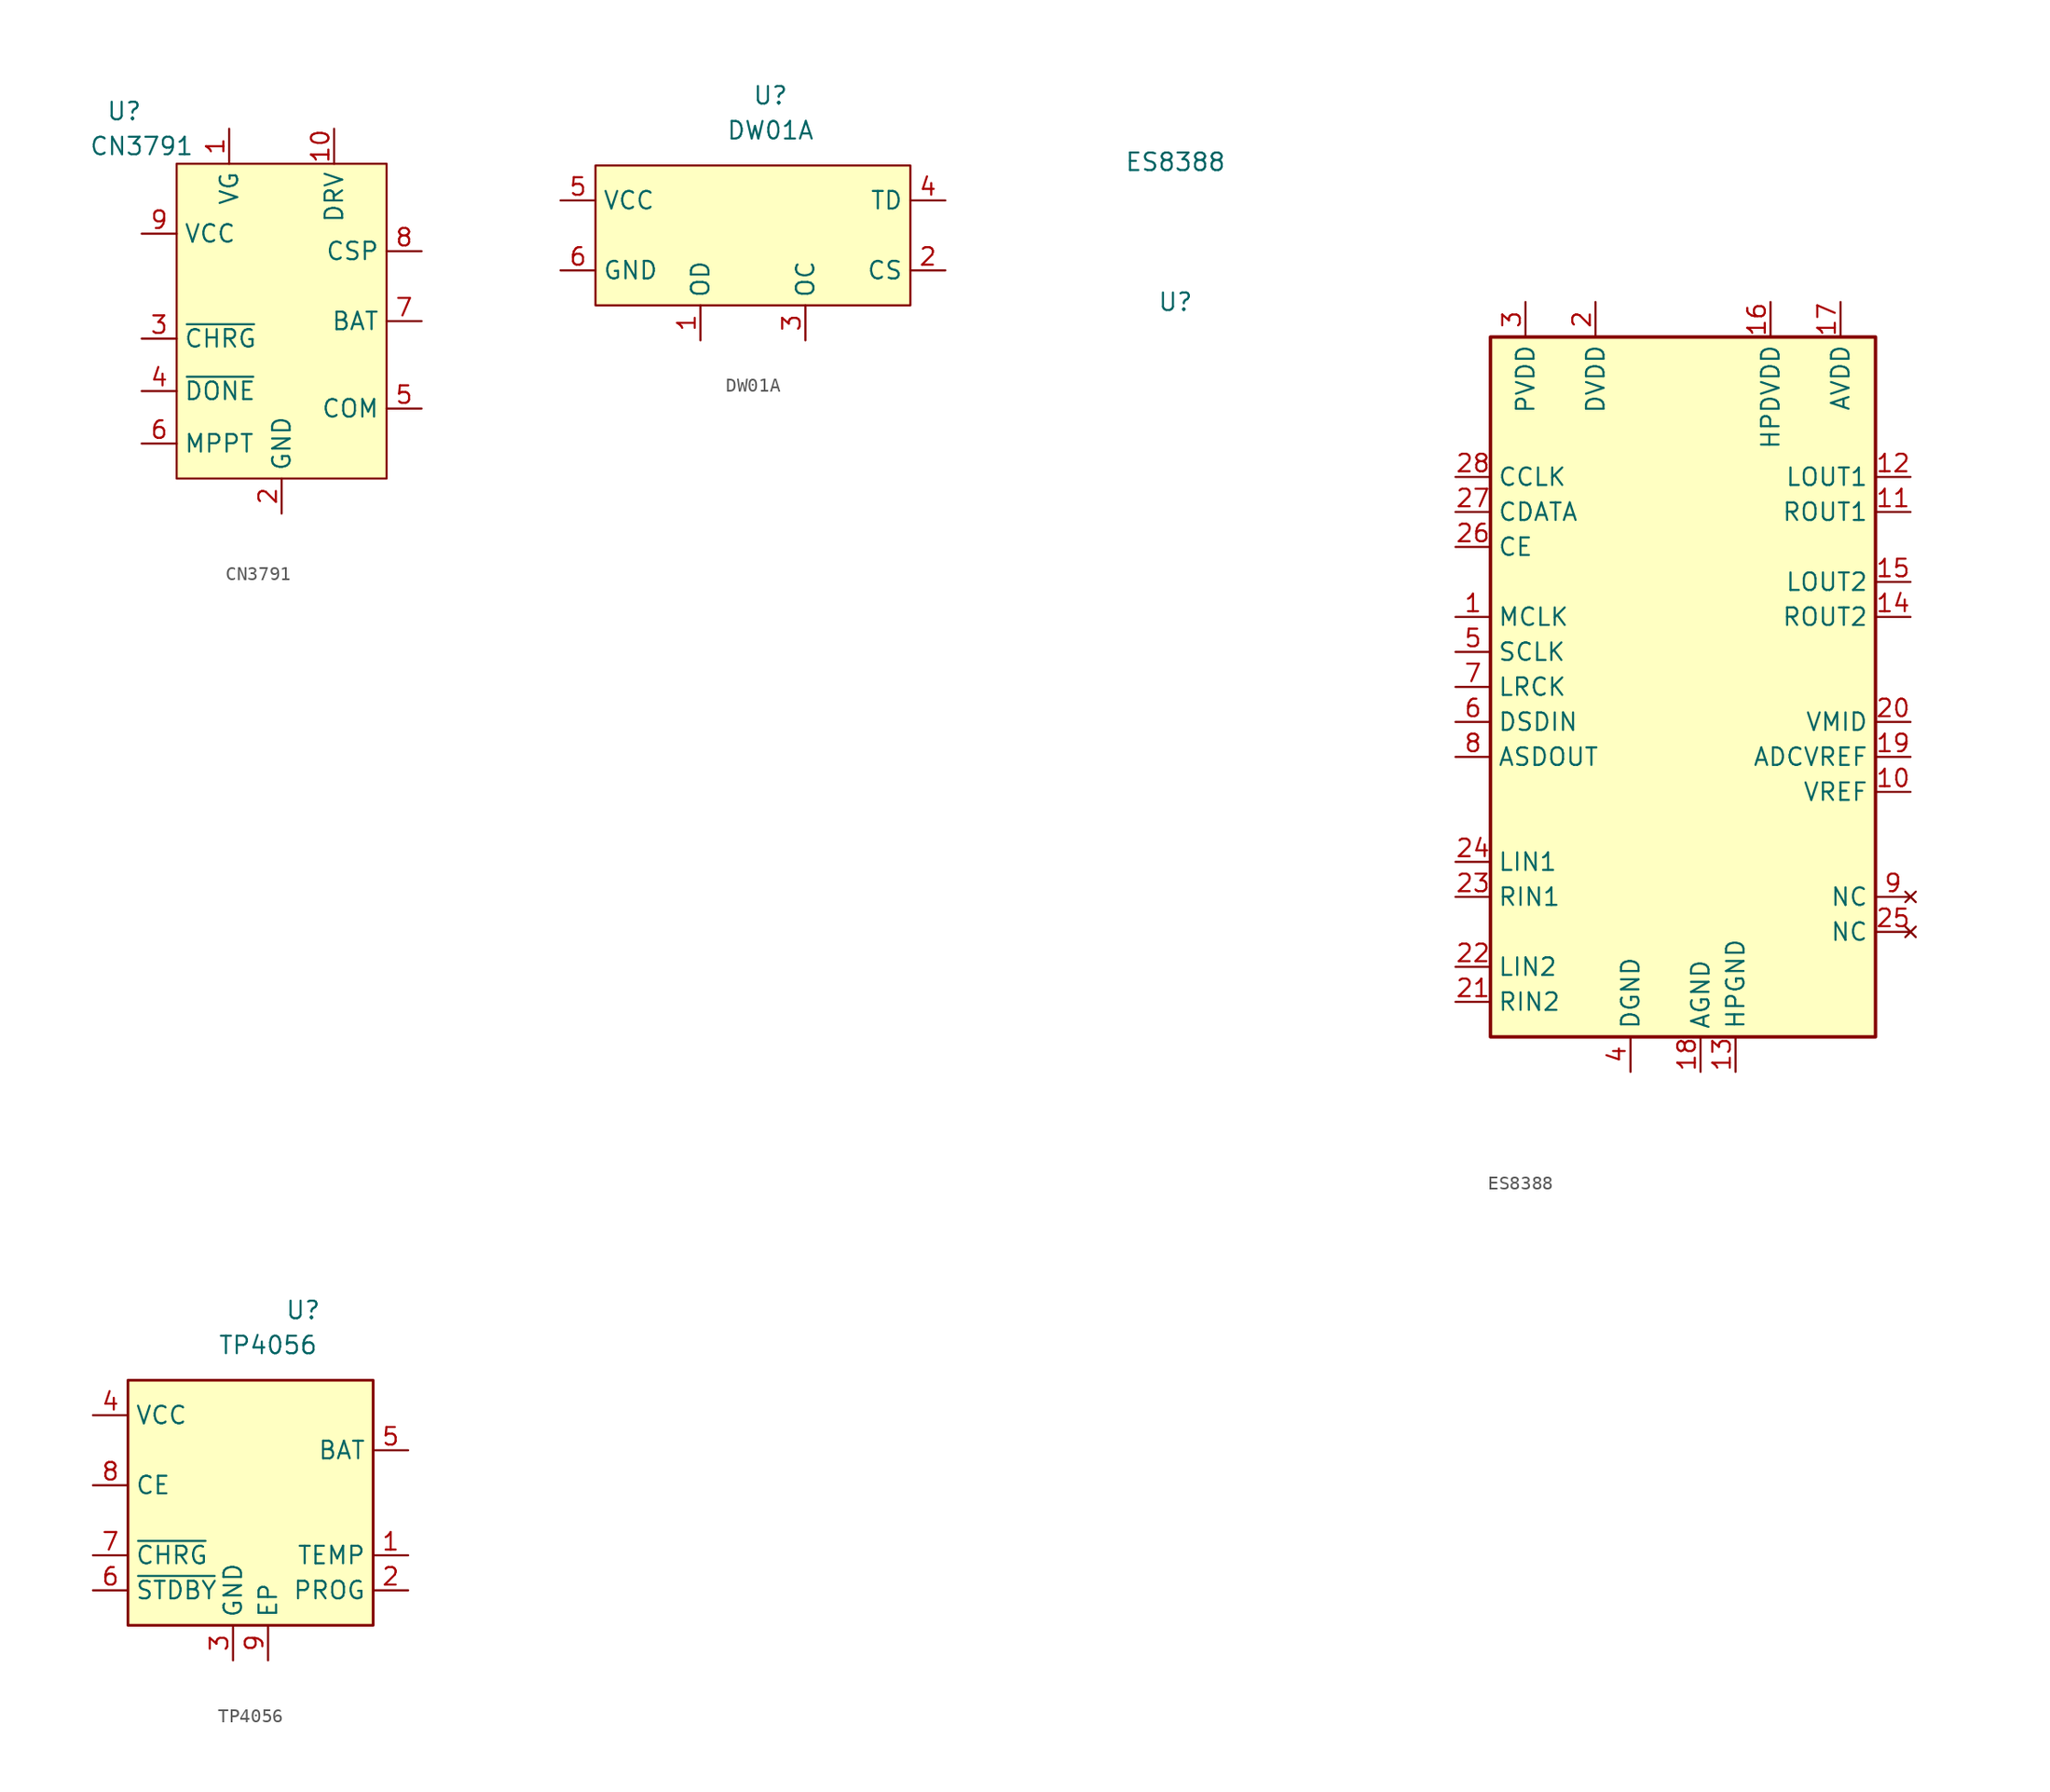
<source format=kicad_sym>
(kicad_symbol_lib
  (version 20220914)
  (generator kicad_symbol_editor)
  (symbol "CN3791"
    (property "Reference" "U"
      (at -11.43 13.97 0)
      (effects (font (size 1.27 1.27))))
    (property "Value" "CN3791"
      (at -10.16 11.43 0)
      (effects (font (size 1.27 1.27))))
    (symbol "CN3791_0_0"
      (pin passive line (at -3.81 12.7 270) (length 2.54) (name "VG" (effects (font (size 1.27 1.27)))) (number "1" (effects (font (size 1.27 1.27)))))
      (pin passive line (at 3.81 12.7 270) (length 2.54) (name "DRV" (effects (font (size 1.27 1.27)))) (number "10" (effects (font (size 1.27 1.27)))))
      (pin passive line (at 0 -15.24 90) (length 2.54) (name "GND" (effects (font (size 1.27 1.27)))) (number "2" (effects (font (size 1.27 1.27)))))
      (pin passive line (at -10.16 -2.54 0) (length 2.54) (name "~{CHRG}" (effects (font (size 1.27 1.27)))) (number "3" (effects (font (size 1.27 1.27)))))
      (pin passive line (at -10.16 -6.35 0) (length 2.54) (name "~{DONE}" (effects (font (size 1.27 1.27)))) (number "4" (effects (font (size 1.27 1.27)))))
      (pin passive line (at 10.16 -7.62 180) (length 2.54) (name "COM" (effects (font (size 1.27 1.27)))) (number "5" (effects (font (size 1.27 1.27)))))
      (pin passive line (at -10.16 -10.16 0) (length 2.54) (name "MPPT" (effects (font (size 1.27 1.27)))) (number "6" (effects (font (size 1.27 1.27)))))
      (pin passive line (at 10.16 -1.27 180) (length 2.54) (name "BAT" (effects (font (size 1.27 1.27)))) (number "7" (effects (font (size 1.27 1.27)))))
      (pin passive line (at 10.16 3.81 180) (length 2.54) (name "CSP" (effects (font (size 1.27 1.27)))) (number "8" (effects (font (size 1.27 1.27)))))
      (pin passive line (at -10.16 5.08 0) (length 2.54) (name "VCC" (effects (font (size 1.27 1.27)))) (number "9" (effects (font (size 1.27 1.27))))))
    (symbol "CN3791_1_1"
      (rectangle (start -7.62 10.16) (end 7.62 -12.7) (stroke (width 0) (type default)) (fill (type background)))))
  (symbol "DW01A"
    (property "Reference" "U"
      (at 12.7 5.08 0)
      (effects (font (size 1.27 1.27))))
    (property "Value" "DW01A"
      (at 12.7 2.54 0)
      (effects (font (size 1.27 1.27))))
    (symbol "DW01A_0_0"
      (pin passive line (at 7.62 -12.7 90) (length 2.54) (name "OD" (effects (font (size 1.27 1.27)))) (number "1" (effects (font (size 1.27 1.27)))))
      (pin passive line (at 25.4 -7.62 180) (length 2.54) (name "CS" (effects (font (size 1.27 1.27)))) (number "2" (effects (font (size 1.27 1.27)))))
      (pin passive line (at 15.24 -12.7 90) (length 2.54) (name "OC" (effects (font (size 1.27 1.27)))) (number "3" (effects (font (size 1.27 1.27)))))
      (pin passive line (at 25.4 -2.54 180) (length 2.54) (name "TD" (effects (font (size 1.27 1.27)))) (number "4" (effects (font (size 1.27 1.27)))))
      (pin power_in line (at -2.54 -2.54 0) (length 2.54) (name "VCC" (effects (font (size 1.27 1.27)))) (number "5" (effects (font (size 1.27 1.27)))))
      (pin power_in line (at -2.54 -7.62 0) (length 2.54) (name "GND" (effects (font (size 1.27 1.27)))) (number "6" (effects (font (size 1.27 1.27))))))
    (symbol "DW01A_1_1"
      (rectangle (start 0 0) (end 22.86 -10.16) (stroke (width 0) (type default)) (fill (type background)))))
  (symbol "ES8388"
    (property "Reference" "U"
      (at 0 2.54 0)
      (effects (font (size 1.27 1.27))))
    (property "Value" "ES8388"
      (at 0 12.7 0)
      (effects (font (size 1.27 1.27))))
    (symbol "ES8388_0_0"
      (pin passive line (at 20.32 -20.32 0) (length 2.54) (name "MCLK" (effects (font (size 1.27 1.27)))) (number "1" (effects (font (size 1.27 1.27)))))
      (pin passive line (at 53.34 -33.02 180) (length 2.54) (name "VREF" (effects (font (size 1.27 1.27)))) (number "10" (effects (font (size 1.27 1.27)))))
      (pin passive line (at 53.34 -12.7 180) (length 2.54) (name "ROUT1" (effects (font (size 1.27 1.27)))) (number "11" (effects (font (size 1.27 1.27)))))
      (pin passive line (at 53.34 -10.16 180) (length 2.54) (name "LOUT1" (effects (font (size 1.27 1.27)))) (number "12" (effects (font (size 1.27 1.27)))))
      (pin passive line (at 40.64 -53.34 90) (length 2.54) (name "HPGND" (effects (font (size 1.27 1.27)))) (number "13" (effects (font (size 1.27 1.27)))))
      (pin passive line (at 53.34 -20.32 180) (length 2.54) (name "ROUT2" (effects (font (size 1.27 1.27)))) (number "14" (effects (font (size 1.27 1.27)))))
      (pin passive line (at 53.34 -17.78 180) (length 2.54) (name "LOUT2" (effects (font (size 1.27 1.27)))) (number "15" (effects (font (size 1.27 1.27)))))
      (pin passive line (at 43.18 2.54 270) (length 2.54) (name "HPDVDD" (effects (font (size 1.27 1.27)))) (number "16" (effects (font (size 1.27 1.27)))))
      (pin passive line (at 48.26 2.54 270) (length 2.54) (name "AVDD" (effects (font (size 1.27 1.27)))) (number "17" (effects (font (size 1.27 1.27)))))
      (pin passive line (at 38.1 -53.34 90) (length 2.54) (name "AGND" (effects (font (size 1.27 1.27)))) (number "18" (effects (font (size 1.27 1.27)))))
      (pin passive line (at 53.34 -30.48 180) (length 2.54) (name "ADCVREF" (effects (font (size 1.27 1.27)))) (number "19" (effects (font (size 1.27 1.27)))))
      (pin passive line (at 30.48 2.54 270) (length 2.54) (name "DVDD" (effects (font (size 1.27 1.27)))) (number "2" (effects (font (size 1.27 1.27)))))
      (pin passive line (at 53.34 -27.94 180) (length 2.54) (name "VMID" (effects (font (size 1.27 1.27)))) (number "20" (effects (font (size 1.27 1.27)))))
      (pin passive line (at 20.32 -48.26 0) (length 2.54) (name "RIN2" (effects (font (size 1.27 1.27)))) (number "21" (effects (font (size 1.27 1.27)))))
      (pin passive line (at 20.32 -45.72 0) (length 2.54) (name "LIN2" (effects (font (size 1.27 1.27)))) (number "22" (effects (font (size 1.27 1.27)))))
      (pin passive line (at 20.32 -40.64 0) (length 2.54) (name "RIN1" (effects (font (size 1.27 1.27)))) (number "23" (effects (font (size 1.27 1.27)))))
      (pin passive line (at 20.32 -38.1 0) (length 2.54) (name "LIN1" (effects (font (size 1.27 1.27)))) (number "24" (effects (font (size 1.27 1.27)))))
      (pin no_connect line (at 53.34 -43.18 180) (length 2.54) (name "NC" (effects (font (size 1.27 1.27)))) (number "25" (effects (font (size 1.27 1.27)))))
      (pin passive line (at 20.32 -15.24 0) (length 2.54) (name "CE" (effects (font (size 1.27 1.27)))) (number "26" (effects (font (size 1.27 1.27)))))
      (pin passive line (at 20.32 -12.7 0) (length 2.54) (name "CDATA" (effects (font (size 1.27 1.27)))) (number "27" (effects (font (size 1.27 1.27)))))
      (pin passive line (at 20.32 -10.16 0) (length 2.54) (name "CCLK" (effects (font (size 1.27 1.27)))) (number "28" (effects (font (size 1.27 1.27)))))
      (pin passive line (at 25.4 2.54 270) (length 2.54) (name "PVDD" (effects (font (size 1.27 1.27)))) (number "3" (effects (font (size 1.27 1.27)))))
      (pin passive line (at 33.02 -53.34 90) (length 2.54) (name "DGND" (effects (font (size 1.27 1.27)))) (number "4" (effects (font (size 1.27 1.27)))))
      (pin passive line (at 20.32 -22.86 0) (length 2.54) (name "SCLK" (effects (font (size 1.27 1.27)))) (number "5" (effects (font (size 1.27 1.27)))))
      (pin passive line (at 20.32 -27.94 0) (length 2.54) (name "DSDIN" (effects (font (size 1.27 1.27)))) (number "6" (effects (font (size 1.27 1.27)))))
      (pin passive line (at 20.32 -25.4 0) (length 2.54) (name "LRCK" (effects (font (size 1.27 1.27)))) (number "7" (effects (font (size 1.27 1.27)))))
      (pin passive line (at 20.32 -30.48 0) (length 2.54) (name "ASDOUT" (effects (font (size 1.27 1.27)))) (number "8" (effects (font (size 1.27 1.27)))))
      (pin no_connect line (at 53.34 -40.64 180) (length 2.54) (name "NC" (effects (font (size 1.27 1.27)))) (number "9" (effects (font (size 1.27 1.27))))))
    (symbol "ES8388_1_1"
      (rectangle (start 22.86 0) (end 50.8 -50.8) (stroke (width 0.25) (type default)) (fill (type background)))))
  (symbol "TP4056"
    (property "Reference" "U"
      (at 12.7 7.62 0)
      (effects (font (size 1.27 1.27))))
    (property "Value" "TP4056"
      (at 10.16 5.08 0)
      (effects (font (size 1.27 1.27))))
    (symbol "TP4056_0_0"
      (pin passive line (at 20.32 -10.16 180) (length 2.54) (name "TEMP" (effects (font (size 1.27 1.27)))) (number "1" (effects (font (size 1.27 1.27)))))
      (pin passive line (at 20.32 -12.7 180) (length 2.54) (name "PROG" (effects (font (size 1.27 1.27)))) (number "2" (effects (font (size 1.27 1.27)))))
      (pin power_in line (at 7.62 -17.78 90) (length 2.54) (name "GND" (effects (font (size 1.27 1.27)))) (number "3" (effects (font (size 1.27 1.27)))))
      (pin power_in line (at -2.54 0 0) (length 2.54) (name "VCC" (effects (font (size 1.27 1.27)))) (number "4" (effects (font (size 1.27 1.27)))))
      (pin passive line (at 20.32 -2.54 180) (length 2.54) (name "BAT" (effects (font (size 1.27 1.27)))) (number "5" (effects (font (size 1.27 1.27)))))
      (pin passive line (at -2.54 -12.7 0) (length 2.54) (name "~{STDBY}" (effects (font (size 1.27 1.27)))) (number "6" (effects (font (size 1.27 1.27)))))
      (pin passive line (at -2.54 -10.16 0) (length 2.54) (name "~{CHRG}" (effects (font (size 1.27 1.27)))) (number "7" (effects (font (size 1.27 1.27)))))
      (pin passive line (at -2.54 -5.08 0) (length 2.54) (name "CE" (effects (font (size 1.27 1.27)))) (number "8" (effects (font (size 1.27 1.27)))))
      (pin power_in line (at 10.16 -17.78 90) (length 2.54) (name "EP" (effects (font (size 1.27 1.27)))) (number "9" (effects (font (size 1.27 1.27))))))
    (symbol "TP4056_1_1"
      (rectangle (start 0 2.54) (end 17.78 -15.24) (stroke (width 0.2) (type default)) (fill (type background))))))
</source>
